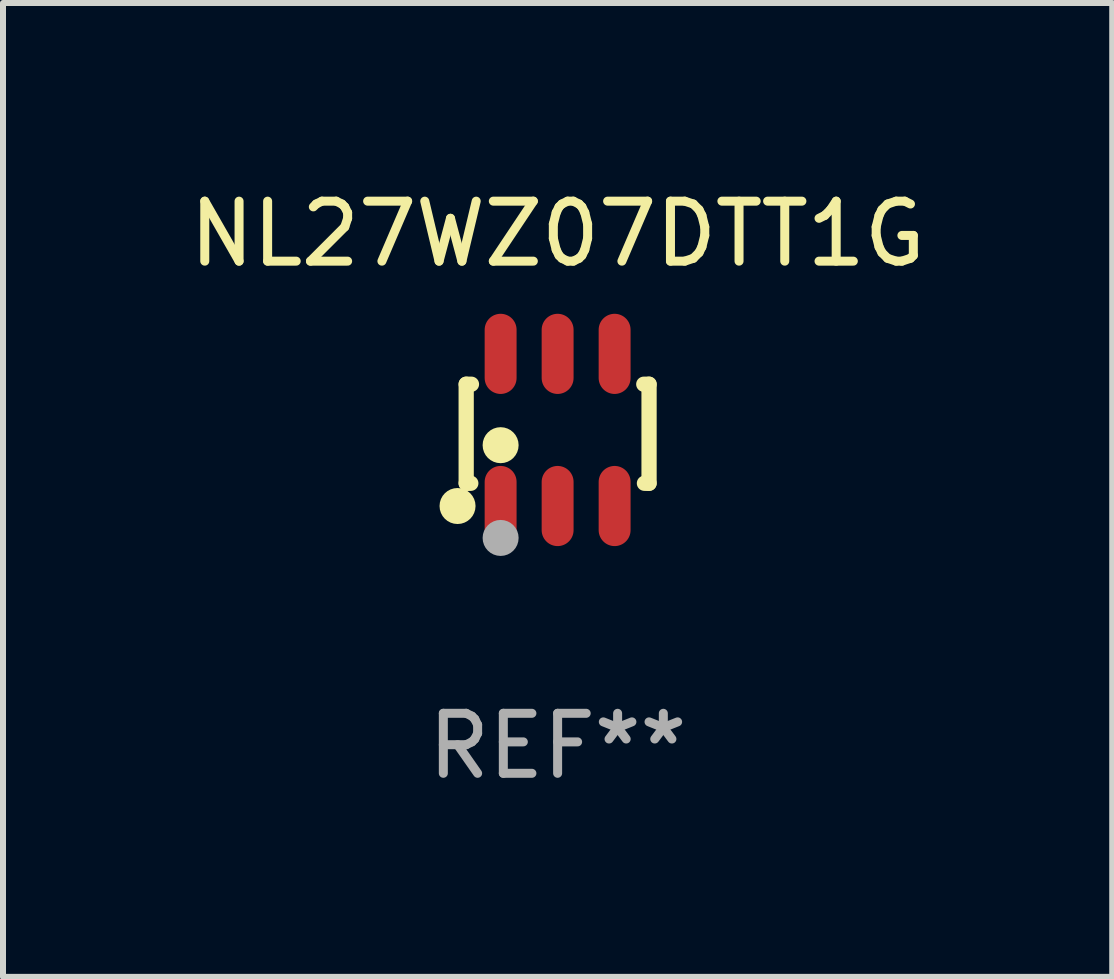
<source format=kicad_pcb>
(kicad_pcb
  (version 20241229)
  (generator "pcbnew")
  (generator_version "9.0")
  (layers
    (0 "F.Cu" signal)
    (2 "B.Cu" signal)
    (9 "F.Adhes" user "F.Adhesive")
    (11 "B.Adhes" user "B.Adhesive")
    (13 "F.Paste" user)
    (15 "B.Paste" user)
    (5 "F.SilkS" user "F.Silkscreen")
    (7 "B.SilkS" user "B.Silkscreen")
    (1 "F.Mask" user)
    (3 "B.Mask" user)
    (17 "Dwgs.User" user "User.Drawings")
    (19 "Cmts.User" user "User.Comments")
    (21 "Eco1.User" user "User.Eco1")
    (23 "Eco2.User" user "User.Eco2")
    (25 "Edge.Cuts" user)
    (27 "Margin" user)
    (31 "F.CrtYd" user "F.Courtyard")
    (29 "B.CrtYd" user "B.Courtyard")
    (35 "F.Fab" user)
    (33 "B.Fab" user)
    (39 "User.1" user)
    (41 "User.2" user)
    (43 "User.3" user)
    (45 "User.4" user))
  (footprint "NL27WZ07DTT1G"
    (layer "F.Cu")
    (at 6.244 4.116)
    (property "Reference" "NL27WZ07DTT1G" (at 0 -3.268 0) (layer "F.SilkS") (effects (font (size 1 1) (thickness 0.15))))
    (attr through_hole)
    (fp_line (start -1.524 -0.762) (end -1.524 0.889) (stroke (width 0.254) (type solid)) (layer "F.SilkS"))
    (fp_line (start -1.524 0.889) (end -1.447 0.889) (stroke (width 0.254) (type solid)) (layer "F.SilkS"))
    (fp_line (start -1.436 -0.762) (end -1.524 -0.762) (stroke (width 0.254) (type solid)) (layer "F.SilkS"))
    (fp_line (start 1.447 0.889) (end 1.524 0.889) (stroke (width 0.254) (type solid)) (layer "F.SilkS"))
    (fp_line (start 1.524 -0.762) (end 1.436 -0.762) (stroke (width 0.254) (type solid)) (layer "F.SilkS"))
    (fp_line (start 1.524 0.889) (end 1.524 -0.762) (stroke (width 0.254) (type solid)) (layer "F.SilkS"))
    (fp_circle (center -1.668 1.268) (end -1.518 1.268) (stroke (width 0.3) (type solid)) (fill no) (layer "F.SilkS"))
    (fp_circle (center -1.5 1.375) (end -1.47 1.375) (stroke (width 0.06) (type solid)) (fill no) (layer "F.SilkS"))
    (fp_circle (center -0.95 0.254) (end -0.8 0.254) (stroke (width 0.3) (type solid)) (fill no) (layer "F.SilkS"))
    (fp_circle (center -0.95 1.8) (end -0.8 1.8) (stroke (width 0.3) (type solid)) (fill no) (layer "F.Fab"))
    (fp_text user "REF**" (at 0 5.268 0) (layer "F.Fab") (effects (font (size 1 1) (thickness 0.15))))
    (pad "1" smd oval (at -0.95 1.268) (size 0.532 1.336) (layers "F.Cu" "F.Mask" "F.Paste"))
    (pad "2" smd oval (at 0 1.268) (size 0.532 1.336) (layers "F.Cu" "F.Mask" "F.Paste"))
    (pad "3" smd oval (at 0.95 1.268) (size 0.532 1.336) (layers "F.Cu" "F.Mask" "F.Paste"))
    (pad "4" smd oval (at 0.95 -1.268) (size 0.532 1.336) (layers "F.Cu" "F.Mask" "F.Paste"))
    (pad "5" smd oval (at 0 -1.268) (size 0.532 1.336) (layers "F.Cu" "F.Mask" "F.Paste"))
    (pad "6" smd oval (at -0.95 -1.268) (size 0.532 1.336) (layers "F.Cu" "F.Mask" "F.Paste")))
  (gr_rect
    (start -3 -3)
    (end 15.488 13.232)
    (stroke (width 0.1) (type default))
    (fill no)
    (layer "Edge.Cuts")))
</source>
